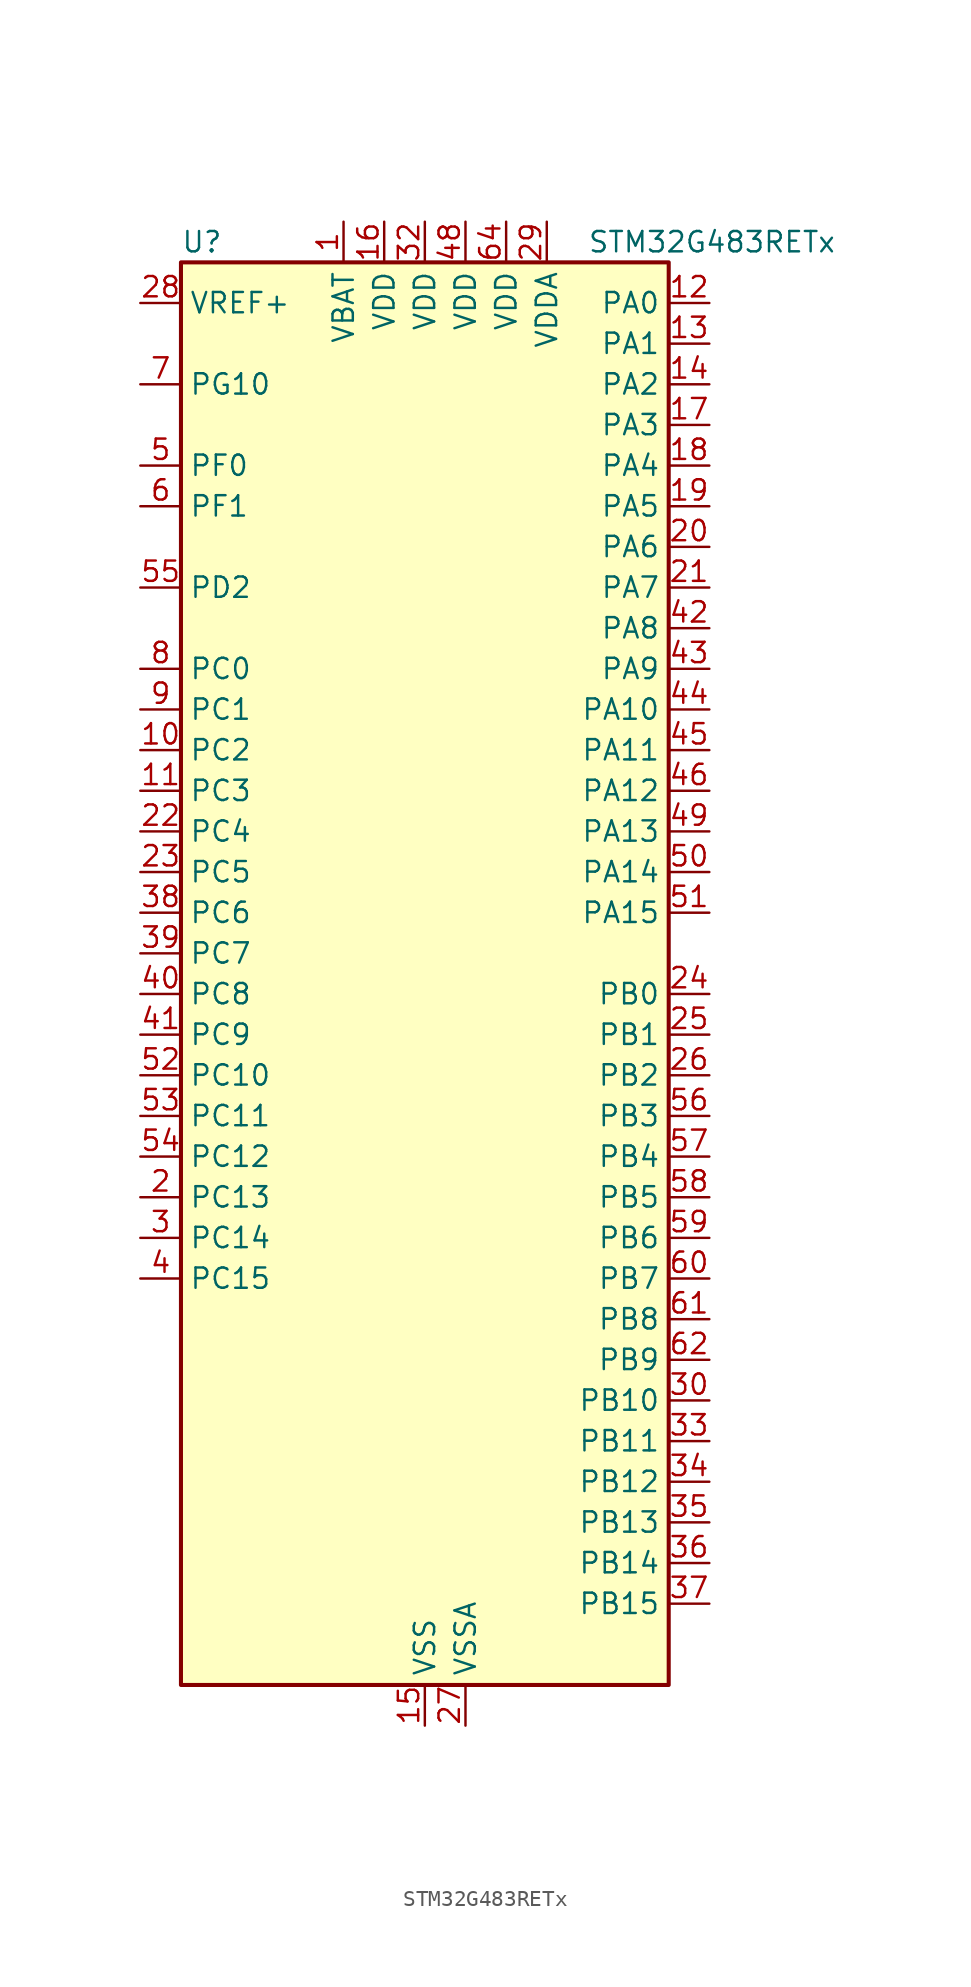
<source format=kicad_sym>
(kicad_symbol_lib
  (version 20220914)
  (generator kicad_symbol_editor)
  (symbol "STM32G483RETx"
    (property "Reference" "U"
      (at -15.24 46.99 0)
      (effects (font (size 1.27 1.27)) (justify left)))
    (property "Value" "STM32G483RETx"
      (at 10.16 46.99 0)
      (effects (font (size 1.27 1.27)) (justify left)))
    (property "ki_locked" ""
      (at 0 0 0)
      (effects (font (size 1.27 1.27))))
    (symbol "STM32G483RETx_0_1"
      (rectangle (start -15.24 -43.18) (end 15.24 45.72) (stroke (width 0.254) (type default)) (fill (type background))))
    (symbol "STM32G483RETx_1_1"
      (pin power_in line (at -5.08 48.26 270) (length 2.54) (name "VBAT" (effects (font (size 1.27 1.27)))) (number "1" (effects (font (size 1.27 1.27)))))
      (pin bidirectional line (at -17.78 15.24 0) (length 2.54) (name "PC2" (effects (font (size 1.27 1.27)))) (number "10" (effects (font (size 1.27 1.27)))) (alternate "ADC1_IN8" bidirectional line) (alternate "ADC2_IN8" bidirectional line) (alternate "ADC3_EXTI2" bidirectional line) (alternate "ADC4_EXTI2" bidirectional line) (alternate "ADC5_EXTI2" bidirectional line) (alternate "COMP3_OUT" bidirectional line) (alternate "LPTIM1_IN2" bidirectional line) (alternate "QUADSPI1_BK2_IO1" bidirectional line) (alternate "TIM1_CH3" bidirectional line) (alternate "TIM20_CH2" bidirectional line))
      (pin bidirectional line (at -17.78 12.7 0) (length 2.54) (name "PC3" (effects (font (size 1.27 1.27)))) (number "11" (effects (font (size 1.27 1.27)))) (alternate "ADC1_IN9" bidirectional line) (alternate "ADC2_IN9" bidirectional line) (alternate "ADC3_EXTI3" bidirectional line) (alternate "ADC4_EXTI3" bidirectional line) (alternate "ADC5_EXTI3" bidirectional line) (alternate "LPTIM1_ETR" bidirectional line) (alternate "OPAMP5_VINP" bidirectional line) (alternate "OPAMP5_VINP_SEC" bidirectional line) (alternate "QUADSPI1_BK2_IO2" bidirectional line) (alternate "SAI1_D1" bidirectional line) (alternate "SAI1_SD_A" bidirectional line) (alternate "TIM1_BKIN2" bidirectional line) (alternate "TIM1_CH4" bidirectional line))
      (pin bidirectional line (at 17.78 43.18 180) (length 2.54) (name "PA0" (effects (font (size 1.27 1.27)))) (number "12" (effects (font (size 1.27 1.27)))) (alternate "ADC1_IN1" bidirectional line) (alternate "ADC2_IN1" bidirectional line) (alternate "COMP1_INM" bidirectional line) (alternate "COMP1_OUT" bidirectional line) (alternate "COMP3_INP" bidirectional line) (alternate "RTC_TAMP2" bidirectional line) (alternate "SYS_WKUP1" bidirectional line) (alternate "TIM2_CH1" bidirectional line) (alternate "TIM2_ETR" bidirectional line) (alternate "TIM5_CH1" bidirectional line) (alternate "TIM8_BKIN" bidirectional line) (alternate "TIM8_ETR" bidirectional line) (alternate "USART2_CTS" bidirectional line) (alternate "USART2_NSS" bidirectional line))
      (pin bidirectional line (at 17.78 40.64 180) (length 2.54) (name "PA1" (effects (font (size 1.27 1.27)))) (number "13" (effects (font (size 1.27 1.27)))) (alternate "ADC1_IN2" bidirectional line) (alternate "ADC2_IN2" bidirectional line) (alternate "COMP1_INP" bidirectional line) (alternate "OPAMP1_VINP" bidirectional line) (alternate "OPAMP1_VINP_SEC" bidirectional line) (alternate "OPAMP3_VINP" bidirectional line) (alternate "OPAMP3_VINP_SEC" bidirectional line) (alternate "OPAMP6_VINM" bidirectional line) (alternate "OPAMP6_VINM0" bidirectional line) (alternate "OPAMP6_VINM_SEC" bidirectional line) (alternate "RTC_REFIN" bidirectional line) (alternate "TIM15_CH1N" bidirectional line) (alternate "TIM2_CH2" bidirectional line) (alternate "TIM5_CH2" bidirectional line) (alternate "USART2_DE" bidirectional line) (alternate "USART2_RTS" bidirectional line))
      (pin bidirectional line (at 17.78 38.1 180) (length 2.54) (name "PA2" (effects (font (size 1.27 1.27)))) (number "14" (effects (font (size 1.27 1.27)))) (alternate "ADC1_IN3" bidirectional line) (alternate "ADC3_EXTI2" bidirectional line) (alternate "ADC4_EXTI2" bidirectional line) (alternate "ADC5_EXTI2" bidirectional line) (alternate "COMP2_INM" bidirectional line) (alternate "COMP2_OUT" bidirectional line) (alternate "LPUART1_TX" bidirectional line) (alternate "OPAMP1_VOUT" bidirectional line) (alternate "QUADSPI1_BK1_NCS" bidirectional line) (alternate "RCC_LSCO" bidirectional line) (alternate "SYS_WKUP4" bidirectional line) (alternate "TIM15_CH1" bidirectional line) (alternate "TIM2_CH3" bidirectional line) (alternate "TIM5_CH3" bidirectional line) (alternate "UCPD1_FRSTX1" bidirectional line) (alternate "UCPD1_FRSTX2" bidirectional line) (alternate "USART2_TX" bidirectional line))
      (pin power_in line (at 0 -45.72 90) (length 2.54) (name "VSS" (effects (font (size 1.27 1.27)))) (number "15" (effects (font (size 1.27 1.27)))))
      (pin power_in line (at -2.54 48.26 270) (length 2.54) (name "VDD" (effects (font (size 1.27 1.27)))) (number "16" (effects (font (size 1.27 1.27)))))
      (pin bidirectional line (at 17.78 35.56 180) (length 2.54) (name "PA3" (effects (font (size 1.27 1.27)))) (number "17" (effects (font (size 1.27 1.27)))) (alternate "ADC1_IN4" bidirectional line) (alternate "ADC3_EXTI3" bidirectional line) (alternate "ADC4_EXTI3" bidirectional line) (alternate "ADC5_EXTI3" bidirectional line) (alternate "COMP2_INP" bidirectional line) (alternate "LPUART1_RX" bidirectional line) (alternate "OPAMP1_VINM" bidirectional line) (alternate "OPAMP1_VINM0" bidirectional line) (alternate "OPAMP1_VINM_SEC" bidirectional line) (alternate "OPAMP1_VINP" bidirectional line) (alternate "OPAMP1_VINP_SEC" bidirectional line) (alternate "OPAMP5_VINM" bidirectional line) (alternate "OPAMP5_VINM1" bidirectional line) (alternate "OPAMP5_VINM_SEC" bidirectional line) (alternate "QUADSPI1_CLK" bidirectional line) (alternate "SAI1_CK1" bidirectional line) (alternate "SAI1_MCLK_A" bidirectional line) (alternate "TIM15_CH2" bidirectional line) (alternate "TIM2_CH4" bidirectional line) (alternate "TIM5_CH4" bidirectional line) (alternate "USART2_RX" bidirectional line))
      (pin bidirectional line (at 17.78 33.02 180) (length 2.54) (name "PA4" (effects (font (size 1.27 1.27)))) (number "18" (effects (font (size 1.27 1.27)))) (alternate "ADC2_IN17" bidirectional line) (alternate "COMP1_INM" bidirectional line) (alternate "DAC1_OUT1" bidirectional line) (alternate "I2S3_WS" bidirectional line) (alternate "SAI1_FS_B" bidirectional line) (alternate "SPI1_NSS" bidirectional line) (alternate "SPI3_NSS" bidirectional line) (alternate "TIM3_CH2" bidirectional line) (alternate "USART2_CK" bidirectional line))
      (pin bidirectional line (at 17.78 30.48 180) (length 2.54) (name "PA5" (effects (font (size 1.27 1.27)))) (number "19" (effects (font (size 1.27 1.27)))) (alternate "ADC2_IN13" bidirectional line) (alternate "COMP2_INM" bidirectional line) (alternate "DAC1_OUT2" bidirectional line) (alternate "OPAMP2_VINM" bidirectional line) (alternate "OPAMP2_VINM0" bidirectional line) (alternate "OPAMP2_VINM_SEC" bidirectional line) (alternate "SPI1_SCK" bidirectional line) (alternate "TIM2_CH1" bidirectional line) (alternate "TIM2_ETR" bidirectional line) (alternate "UCPD1_FRSTX1" bidirectional line) (alternate "UCPD1_FRSTX2" bidirectional line))
      (pin bidirectional line (at -17.78 -12.7 0) (length 2.54) (name "PC13" (effects (font (size 1.27 1.27)))) (number "2" (effects (font (size 1.27 1.27)))) (alternate "RTC_OUT1" bidirectional line) (alternate "RTC_TAMP1" bidirectional line) (alternate "RTC_TS" bidirectional line) (alternate "SYS_WKUP2" bidirectional line) (alternate "TIM1_BKIN" bidirectional line) (alternate "TIM1_CH1N" bidirectional line) (alternate "TIM8_CH4N" bidirectional line))
      (pin bidirectional line (at 17.78 27.94 180) (length 2.54) (name "PA6" (effects (font (size 1.27 1.27)))) (number "20" (effects (font (size 1.27 1.27)))) (alternate "ADC2_IN3" bidirectional line) (alternate "COMP1_OUT" bidirectional line) (alternate "DAC2_OUT1" bidirectional line) (alternate "LPUART1_CTS" bidirectional line) (alternate "OPAMP2_VOUT" bidirectional line) (alternate "QUADSPI1_BK1_IO3" bidirectional line) (alternate "SPI1_MISO" bidirectional line) (alternate "TIM16_CH1" bidirectional line) (alternate "TIM1_BKIN" bidirectional line) (alternate "TIM3_CH1" bidirectional line) (alternate "TIM8_BKIN" bidirectional line))
      (pin bidirectional line (at 17.78 25.4 180) (length 2.54) (name "PA7" (effects (font (size 1.27 1.27)))) (number "21" (effects (font (size 1.27 1.27)))) (alternate "ADC2_IN4" bidirectional line) (alternate "COMP2_INP" bidirectional line) (alternate "COMP2_OUT" bidirectional line) (alternate "OPAMP1_VINP" bidirectional line) (alternate "OPAMP1_VINP_SEC" bidirectional line) (alternate "OPAMP2_VINP" bidirectional line) (alternate "OPAMP2_VINP_SEC" bidirectional line) (alternate "QUADSPI1_BK1_IO2" bidirectional line) (alternate "SPI1_MOSI" bidirectional line) (alternate "TIM17_CH1" bidirectional line) (alternate "TIM1_CH1N" bidirectional line) (alternate "TIM3_CH2" bidirectional line) (alternate "TIM8_CH1N" bidirectional line) (alternate "UCPD1_FRSTX1" bidirectional line) (alternate "UCPD1_FRSTX2" bidirectional line))
      (pin bidirectional line (at -17.78 10.16 0) (length 2.54) (name "PC4" (effects (font (size 1.27 1.27)))) (number "22" (effects (font (size 1.27 1.27)))) (alternate "ADC2_IN5" bidirectional line) (alternate "I2C2_SCL" bidirectional line) (alternate "QUADSPI1_BK2_IO3" bidirectional line) (alternate "TIM1_ETR" bidirectional line) (alternate "USART1_TX" bidirectional line))
      (pin bidirectional line (at -17.78 7.62 0) (length 2.54) (name "PC5" (effects (font (size 1.27 1.27)))) (number "23" (effects (font (size 1.27 1.27)))) (alternate "ADC2_IN11" bidirectional line) (alternate "OPAMP1_VINM" bidirectional line) (alternate "OPAMP1_VINM1" bidirectional line) (alternate "OPAMP1_VINM_SEC" bidirectional line) (alternate "OPAMP2_VINM" bidirectional line) (alternate "OPAMP2_VINM1" bidirectional line) (alternate "OPAMP2_VINM_SEC" bidirectional line) (alternate "SAI1_D3" bidirectional line) (alternate "SYS_WKUP5" bidirectional line) (alternate "TIM15_BKIN" bidirectional line) (alternate "TIM1_CH4N" bidirectional line) (alternate "USART1_RX" bidirectional line))
      (pin bidirectional line (at 17.78 0 180) (length 2.54) (name "PB0" (effects (font (size 1.27 1.27)))) (number "24" (effects (font (size 1.27 1.27)))) (alternate "ADC1_IN15" bidirectional line) (alternate "ADC3_IN12" bidirectional line) (alternate "COMP4_INP" bidirectional line) (alternate "OPAMP2_VINP" bidirectional line) (alternate "OPAMP2_VINP_SEC" bidirectional line) (alternate "OPAMP3_VINP" bidirectional line) (alternate "OPAMP3_VINP_SEC" bidirectional line) (alternate "QUADSPI1_BK1_IO1" bidirectional line) (alternate "TIM1_CH2N" bidirectional line) (alternate "TIM3_CH3" bidirectional line) (alternate "TIM8_CH2N" bidirectional line) (alternate "UCPD1_FRSTX1" bidirectional line) (alternate "UCPD1_FRSTX2" bidirectional line))
      (pin bidirectional line (at 17.78 -2.54 180) (length 2.54) (name "PB1" (effects (font (size 1.27 1.27)))) (number "25" (effects (font (size 1.27 1.27)))) (alternate "ADC1_IN12" bidirectional line) (alternate "ADC3_IN1" bidirectional line) (alternate "COMP1_INP" bidirectional line) (alternate "COMP4_OUT" bidirectional line) (alternate "LPUART1_DE" bidirectional line) (alternate "LPUART1_RTS" bidirectional line) (alternate "OPAMP3_VOUT" bidirectional line) (alternate "OPAMP6_VINM" bidirectional line) (alternate "OPAMP6_VINM1" bidirectional line) (alternate "OPAMP6_VINM_SEC" bidirectional line) (alternate "QUADSPI1_BK1_IO0" bidirectional line) (alternate "TIM1_CH3N" bidirectional line) (alternate "TIM3_CH4" bidirectional line) (alternate "TIM8_CH3N" bidirectional line))
      (pin bidirectional line (at 17.78 -5.08 180) (length 2.54) (name "PB2" (effects (font (size 1.27 1.27)))) (number "26" (effects (font (size 1.27 1.27)))) (alternate "ADC2_IN12" bidirectional line) (alternate "ADC3_EXTI2" bidirectional line) (alternate "ADC4_EXTI2" bidirectional line) (alternate "ADC5_EXTI2" bidirectional line) (alternate "COMP4_INM" bidirectional line) (alternate "I2C3_SMBA" bidirectional line) (alternate "LPTIM1_OUT" bidirectional line) (alternate "OPAMP3_VINM" bidirectional line) (alternate "OPAMP3_VINM0" bidirectional line) (alternate "OPAMP3_VINM_SEC" bidirectional line) (alternate "QUADSPI1_BK2_IO1" bidirectional line) (alternate "RTC_OUT2" bidirectional line) (alternate "TIM20_CH1" bidirectional line) (alternate "TIM5_CH1" bidirectional line))
      (pin power_in line (at 2.54 -45.72 90) (length 2.54) (name "VSSA" (effects (font (size 1.27 1.27)))) (number "27" (effects (font (size 1.27 1.27)))))
      (pin input line (at -17.78 43.18 0) (length 2.54) (name "VREF+" (effects (font (size 1.27 1.27)))) (number "28" (effects (font (size 1.27 1.27)))) (alternate "VREFBUF_OUT" bidirectional line))
      (pin power_in line (at 7.62 48.26 270) (length 2.54) (name "VDDA" (effects (font (size 1.27 1.27)))) (number "29" (effects (font (size 1.27 1.27)))))
      (pin bidirectional line (at -17.78 -15.24 0) (length 2.54) (name "PC14" (effects (font (size 1.27 1.27)))) (number "3" (effects (font (size 1.27 1.27)))) (alternate "RCC_OSC32_IN" bidirectional line))
      (pin bidirectional line (at 17.78 -25.4 180) (length 2.54) (name "PB10" (effects (font (size 1.27 1.27)))) (number "30" (effects (font (size 1.27 1.27)))) (alternate "COMP5_INM" bidirectional line) (alternate "DAC1_EXTI10" bidirectional line) (alternate "DAC2_EXTI10" bidirectional line) (alternate "DAC3_EXTI10" bidirectional line) (alternate "DAC4_EXTI10" bidirectional line) (alternate "LPUART1_RX" bidirectional line) (alternate "OPAMP3_VINM" bidirectional line) (alternate "OPAMP3_VINM1" bidirectional line) (alternate "OPAMP3_VINM_SEC" bidirectional line) (alternate "OPAMP4_VINM" bidirectional line) (alternate "OPAMP4_VINM0" bidirectional line) (alternate "OPAMP4_VINM_SEC" bidirectional line) (alternate "QUADSPI1_CLK" bidirectional line) (alternate "SAI1_SCK_A" bidirectional line) (alternate "TIM1_BKIN" bidirectional line) (alternate "TIM2_CH3" bidirectional line) (alternate "USART3_TX" bidirectional line))
      (pin passive line (at 0 -45.72 90) (length 2.54) hide (name "VSS" (effects (font (size 1.27 1.27)))) (number "31" (effects (font (size 1.27 1.27)))))
      (pin power_in line (at 0 48.26 270) (length 2.54) (name "VDD" (effects (font (size 1.27 1.27)))) (number "32" (effects (font (size 1.27 1.27)))))
      (pin bidirectional line (at 17.78 -27.94 180) (length 2.54) (name "PB11" (effects (font (size 1.27 1.27)))) (number "33" (effects (font (size 1.27 1.27)))) (alternate "ADC1_EXTI11" bidirectional line) (alternate "ADC1_IN14" bidirectional line) (alternate "ADC2_EXTI11" bidirectional line) (alternate "ADC2_IN14" bidirectional line) (alternate "COMP6_INP" bidirectional line) (alternate "LPUART1_TX" bidirectional line) (alternate "OPAMP4_VINP" bidirectional line) (alternate "OPAMP4_VINP_SEC" bidirectional line) (alternate "OPAMP6_VOUT" bidirectional line) (alternate "QUADSPI1_BK1_NCS" bidirectional line) (alternate "TIM2_CH4" bidirectional line) (alternate "USART3_RX" bidirectional line))
      (pin bidirectional line (at 17.78 -30.48 180) (length 2.54) (name "PB12" (effects (font (size 1.27 1.27)))) (number "34" (effects (font (size 1.27 1.27)))) (alternate "ADC1_IN11" bidirectional line) (alternate "ADC4_IN3" bidirectional line) (alternate "COMP7_INM" bidirectional line) (alternate "FDCAN2_RX" bidirectional line) (alternate "I2C2_SMBA" bidirectional line) (alternate "I2S2_WS" bidirectional line) (alternate "LPUART1_DE" bidirectional line) (alternate "LPUART1_RTS" bidirectional line) (alternate "OPAMP4_VOUT" bidirectional line) (alternate "OPAMP6_VINP" bidirectional line) (alternate "OPAMP6_VINP_SEC" bidirectional line) (alternate "SPI2_NSS" bidirectional line) (alternate "TIM1_BKIN" bidirectional line) (alternate "TIM5_ETR" bidirectional line) (alternate "USART3_CK" bidirectional line))
      (pin bidirectional line (at 17.78 -33.02 180) (length 2.54) (name "PB13" (effects (font (size 1.27 1.27)))) (number "35" (effects (font (size 1.27 1.27)))) (alternate "ADC3_IN5" bidirectional line) (alternate "COMP5_INP" bidirectional line) (alternate "FDCAN2_TX" bidirectional line) (alternate "I2S2_CK" bidirectional line) (alternate "LPUART1_CTS" bidirectional line) (alternate "OPAMP3_VINP" bidirectional line) (alternate "OPAMP3_VINP_SEC" bidirectional line) (alternate "OPAMP4_VINP" bidirectional line) (alternate "OPAMP4_VINP_SEC" bidirectional line) (alternate "OPAMP6_VINP" bidirectional line) (alternate "OPAMP6_VINP_SEC" bidirectional line) (alternate "SPI2_SCK" bidirectional line) (alternate "TIM1_CH1N" bidirectional line) (alternate "USART3_CTS" bidirectional line) (alternate "USART3_NSS" bidirectional line))
      (pin bidirectional line (at 17.78 -35.56 180) (length 2.54) (name "PB14" (effects (font (size 1.27 1.27)))) (number "36" (effects (font (size 1.27 1.27)))) (alternate "ADC1_IN5" bidirectional line) (alternate "ADC4_IN4" bidirectional line) (alternate "COMP4_OUT" bidirectional line) (alternate "COMP7_INP" bidirectional line) (alternate "OPAMP2_VINP" bidirectional line) (alternate "OPAMP2_VINP_SEC" bidirectional line) (alternate "OPAMP5_VINP" bidirectional line) (alternate "OPAMP5_VINP_SEC" bidirectional line) (alternate "SPI2_MISO" bidirectional line) (alternate "TIM15_CH1" bidirectional line) (alternate "TIM1_CH2N" bidirectional line) (alternate "USART3_DE" bidirectional line) (alternate "USART3_RTS" bidirectional line))
      (pin bidirectional line (at 17.78 -38.1 180) (length 2.54) (name "PB15" (effects (font (size 1.27 1.27)))) (number "37" (effects (font (size 1.27 1.27)))) (alternate "ADC1_EXTI15" bidirectional line) (alternate "ADC2_EXTI15" bidirectional line) (alternate "ADC2_IN15" bidirectional line) (alternate "ADC4_IN5" bidirectional line) (alternate "COMP3_OUT" bidirectional line) (alternate "COMP6_INM" bidirectional line) (alternate "I2S2_SD" bidirectional line) (alternate "OPAMP5_VINM" bidirectional line) (alternate "OPAMP5_VINM0" bidirectional line) (alternate "OPAMP5_VINM_SEC" bidirectional line) (alternate "RTC_REFIN" bidirectional line) (alternate "SPI2_MOSI" bidirectional line) (alternate "TIM15_CH1N" bidirectional line) (alternate "TIM15_CH2" bidirectional line) (alternate "TIM1_CH3N" bidirectional line))
      (pin bidirectional line (at -17.78 5.08 0) (length 2.54) (name "PC6" (effects (font (size 1.27 1.27)))) (number "38" (effects (font (size 1.27 1.27)))) (alternate "COMP6_OUT" bidirectional line) (alternate "I2C4_SCL" bidirectional line) (alternate "I2S2_MCK" bidirectional line) (alternate "TIM3_CH1" bidirectional line) (alternate "TIM8_CH1" bidirectional line))
      (pin bidirectional line (at -17.78 2.54 0) (length 2.54) (name "PC7" (effects (font (size 1.27 1.27)))) (number "39" (effects (font (size 1.27 1.27)))) (alternate "COMP5_OUT" bidirectional line) (alternate "I2C4_SDA" bidirectional line) (alternate "I2S3_MCK" bidirectional line) (alternate "TIM3_CH2" bidirectional line) (alternate "TIM8_CH2" bidirectional line))
      (pin bidirectional line (at -17.78 -17.78 0) (length 2.54) (name "PC15" (effects (font (size 1.27 1.27)))) (number "4" (effects (font (size 1.27 1.27)))) (alternate "ADC1_EXTI15" bidirectional line) (alternate "ADC2_EXTI15" bidirectional line) (alternate "RCC_OSC32_OUT" bidirectional line))
      (pin bidirectional line (at -17.78 0 0) (length 2.54) (name "PC8" (effects (font (size 1.27 1.27)))) (number "40" (effects (font (size 1.27 1.27)))) (alternate "COMP7_OUT" bidirectional line) (alternate "I2C3_SCL" bidirectional line) (alternate "TIM20_CH3" bidirectional line) (alternate "TIM3_CH3" bidirectional line) (alternate "TIM8_CH3" bidirectional line))
      (pin bidirectional line (at -17.78 -2.54 0) (length 2.54) (name "PC9" (effects (font (size 1.27 1.27)))) (number "41" (effects (font (size 1.27 1.27)))) (alternate "DAC1_EXTI9" bidirectional line) (alternate "DAC2_EXTI9" bidirectional line) (alternate "DAC3_EXTI9" bidirectional line) (alternate "DAC4_EXTI9" bidirectional line) (alternate "I2C3_SDA" bidirectional line) (alternate "I2S_CKIN" bidirectional line) (alternate "TIM3_CH4" bidirectional line) (alternate "TIM8_BKIN2" bidirectional line) (alternate "TIM8_CH4" bidirectional line))
      (pin bidirectional line (at 17.78 22.86 180) (length 2.54) (name "PA8" (effects (font (size 1.27 1.27)))) (number "42" (effects (font (size 1.27 1.27)))) (alternate "ADC5_IN1" bidirectional line) (alternate "COMP7_OUT" bidirectional line) (alternate "FDCAN3_RX" bidirectional line) (alternate "I2C2_SDA" bidirectional line) (alternate "I2C3_SCL" bidirectional line) (alternate "I2S2_MCK" bidirectional line) (alternate "OPAMP5_VOUT" bidirectional line) (alternate "RCC_MCO" bidirectional line) (alternate "SAI1_CK2" bidirectional line) (alternate "SAI1_SCK_A" bidirectional line) (alternate "TIM1_CH1" bidirectional line) (alternate "TIM4_ETR" bidirectional line) (alternate "USART1_CK" bidirectional line))
      (pin bidirectional line (at 17.78 20.32 180) (length 2.54) (name "PA9" (effects (font (size 1.27 1.27)))) (number "43" (effects (font (size 1.27 1.27)))) (alternate "ADC5_IN2" bidirectional line) (alternate "COMP5_OUT" bidirectional line) (alternate "DAC1_EXTI9" bidirectional line) (alternate "DAC2_EXTI9" bidirectional line) (alternate "DAC3_EXTI9" bidirectional line) (alternate "DAC4_EXTI9" bidirectional line) (alternate "I2C2_SCL" bidirectional line) (alternate "I2C3_SMBA" bidirectional line) (alternate "I2S3_MCK" bidirectional line) (alternate "SAI1_FS_A" bidirectional line) (alternate "TIM15_BKIN" bidirectional line) (alternate "TIM1_CH2" bidirectional line) (alternate "TIM2_CH3" bidirectional line) (alternate "UCPD1_DBCC1" bidirectional line) (alternate "USART1_TX" bidirectional line))
      (pin bidirectional line (at 17.78 17.78 180) (length 2.54) (name "PA10" (effects (font (size 1.27 1.27)))) (number "44" (effects (font (size 1.27 1.27)))) (alternate "COMP6_OUT" bidirectional line) (alternate "CRS_SYNC" bidirectional line) (alternate "DAC1_EXTI10" bidirectional line) (alternate "DAC2_EXTI10" bidirectional line) (alternate "DAC3_EXTI10" bidirectional line) (alternate "DAC4_EXTI10" bidirectional line) (alternate "I2C2_SMBA" bidirectional line) (alternate "SAI1_D1" bidirectional line) (alternate "SAI1_SD_A" bidirectional line) (alternate "SPI2_MISO" bidirectional line) (alternate "TIM17_BKIN" bidirectional line) (alternate "TIM1_CH3" bidirectional line) (alternate "TIM2_CH4" bidirectional line) (alternate "TIM8_BKIN" bidirectional line) (alternate "UCPD1_DBCC2" bidirectional line) (alternate "USART1_RX" bidirectional line))
      (pin bidirectional line (at 17.78 15.24 180) (length 2.54) (name "PA11" (effects (font (size 1.27 1.27)))) (number "45" (effects (font (size 1.27 1.27)))) (alternate "ADC1_EXTI11" bidirectional line) (alternate "ADC2_EXTI11" bidirectional line) (alternate "COMP1_OUT" bidirectional line) (alternate "FDCAN1_RX" bidirectional line) (alternate "I2S2_SD" bidirectional line) (alternate "SPI2_MOSI" bidirectional line) (alternate "TIM1_BKIN2" bidirectional line) (alternate "TIM1_CH1N" bidirectional line) (alternate "TIM1_CH4" bidirectional line) (alternate "TIM4_CH1" bidirectional line) (alternate "USART1_CTS" bidirectional line) (alternate "USART1_NSS" bidirectional line) (alternate "USB_DM" bidirectional line))
      (pin bidirectional line (at 17.78 12.7 180) (length 2.54) (name "PA12" (effects (font (size 1.27 1.27)))) (number "46" (effects (font (size 1.27 1.27)))) (alternate "COMP2_OUT" bidirectional line) (alternate "FDCAN1_TX" bidirectional line) (alternate "I2S_CKIN" bidirectional line) (alternate "TIM16_CH1" bidirectional line) (alternate "TIM1_CH2N" bidirectional line) (alternate "TIM1_ETR" bidirectional line) (alternate "TIM4_CH2" bidirectional line) (alternate "USART1_DE" bidirectional line) (alternate "USART1_RTS" bidirectional line) (alternate "USB_DP" bidirectional line))
      (pin passive line (at 0 -45.72 90) (length 2.54) hide (name "VSS" (effects (font (size 1.27 1.27)))) (number "47" (effects (font (size 1.27 1.27)))))
      (pin power_in line (at 2.54 48.26 270) (length 2.54) (name "VDD" (effects (font (size 1.27 1.27)))) (number "48" (effects (font (size 1.27 1.27)))))
      (pin bidirectional line (at 17.78 10.16 180) (length 2.54) (name "PA13" (effects (font (size 1.27 1.27)))) (number "49" (effects (font (size 1.27 1.27)))) (alternate "I2C1_SCL" bidirectional line) (alternate "I2C4_SCL" bidirectional line) (alternate "IR_OUT" bidirectional line) (alternate "SAI1_SD_B" bidirectional line) (alternate "SYS_JTMS-SWDIO" bidirectional line) (alternate "TIM16_CH1N" bidirectional line) (alternate "TIM4_CH3" bidirectional line) (alternate "USART3_CTS" bidirectional line) (alternate "USART3_NSS" bidirectional line))
      (pin bidirectional line (at -17.78 33.02 0) (length 2.54) (name "PF0" (effects (font (size 1.27 1.27)))) (number "5" (effects (font (size 1.27 1.27)))) (alternate "ADC1_IN10" bidirectional line) (alternate "I2C2_SDA" bidirectional line) (alternate "I2S2_WS" bidirectional line) (alternate "RCC_OSC_IN" bidirectional line) (alternate "SPI2_NSS" bidirectional line) (alternate "TIM1_CH3N" bidirectional line))
      (pin bidirectional line (at 17.78 7.62 180) (length 2.54) (name "PA14" (effects (font (size 1.27 1.27)))) (number "50" (effects (font (size 1.27 1.27)))) (alternate "I2C1_SDA" bidirectional line) (alternate "I2C4_SMBA" bidirectional line) (alternate "LPTIM1_OUT" bidirectional line) (alternate "SAI1_FS_B" bidirectional line) (alternate "SYS_JTCK-SWCLK" bidirectional line) (alternate "TIM1_BKIN" bidirectional line) (alternate "TIM8_CH2" bidirectional line) (alternate "USART2_TX" bidirectional line))
      (pin bidirectional line (at 17.78 5.08 180) (length 2.54) (name "PA15" (effects (font (size 1.27 1.27)))) (number "51" (effects (font (size 1.27 1.27)))) (alternate "ADC1_EXTI15" bidirectional line) (alternate "ADC2_EXTI15" bidirectional line) (alternate "FDCAN3_TX" bidirectional line) (alternate "I2C1_SCL" bidirectional line) (alternate "I2S3_WS" bidirectional line) (alternate "SPI1_NSS" bidirectional line) (alternate "SPI3_NSS" bidirectional line) (alternate "SYS_JTDI" bidirectional line) (alternate "TIM1_BKIN" bidirectional line) (alternate "TIM2_CH1" bidirectional line) (alternate "TIM2_ETR" bidirectional line) (alternate "TIM8_CH1" bidirectional line) (alternate "UART4_DE" bidirectional line) (alternate "UART4_RTS" bidirectional line) (alternate "USART2_RX" bidirectional line))
      (pin bidirectional line (at -17.78 -5.08 0) (length 2.54) (name "PC10" (effects (font (size 1.27 1.27)))) (number "52" (effects (font (size 1.27 1.27)))) (alternate "DAC1_EXTI10" bidirectional line) (alternate "DAC2_EXTI10" bidirectional line) (alternate "DAC3_EXTI10" bidirectional line) (alternate "DAC4_EXTI10" bidirectional line) (alternate "I2S3_CK" bidirectional line) (alternate "SPI3_SCK" bidirectional line) (alternate "TIM8_CH1N" bidirectional line) (alternate "UART4_TX" bidirectional line) (alternate "USART3_TX" bidirectional line))
      (pin bidirectional line (at -17.78 -7.62 0) (length 2.54) (name "PC11" (effects (font (size 1.27 1.27)))) (number "53" (effects (font (size 1.27 1.27)))) (alternate "ADC1_EXTI11" bidirectional line) (alternate "ADC2_EXTI11" bidirectional line) (alternate "I2C3_SDA" bidirectional line) (alternate "SPI3_MISO" bidirectional line) (alternate "TIM8_CH2N" bidirectional line) (alternate "UART4_RX" bidirectional line) (alternate "USART3_RX" bidirectional line))
      (pin bidirectional line (at -17.78 -10.16 0) (length 2.54) (name "PC12" (effects (font (size 1.27 1.27)))) (number "54" (effects (font (size 1.27 1.27)))) (alternate "I2S3_SD" bidirectional line) (alternate "SPI3_MOSI" bidirectional line) (alternate "TIM5_CH2" bidirectional line) (alternate "TIM8_CH3N" bidirectional line) (alternate "UART5_TX" bidirectional line) (alternate "UCPD1_FRSTX1" bidirectional line) (alternate "UCPD1_FRSTX2" bidirectional line) (alternate "USART3_CK" bidirectional line))
      (pin bidirectional line (at -17.78 25.4 0) (length 2.54) (name "PD2" (effects (font (size 1.27 1.27)))) (number "55" (effects (font (size 1.27 1.27)))) (alternate "ADC3_EXTI2" bidirectional line) (alternate "ADC4_EXTI2" bidirectional line) (alternate "ADC5_EXTI2" bidirectional line) (alternate "TIM3_ETR" bidirectional line) (alternate "TIM8_BKIN" bidirectional line) (alternate "UART5_RX" bidirectional line))
      (pin bidirectional line (at 17.78 -7.62 180) (length 2.54) (name "PB3" (effects (font (size 1.27 1.27)))) (number "56" (effects (font (size 1.27 1.27)))) (alternate "ADC3_EXTI3" bidirectional line) (alternate "ADC4_EXTI3" bidirectional line) (alternate "ADC5_EXTI3" bidirectional line) (alternate "CRS_SYNC" bidirectional line) (alternate "FDCAN3_RX" bidirectional line) (alternate "I2S3_CK" bidirectional line) (alternate "SAI1_SCK_B" bidirectional line) (alternate "SPI1_SCK" bidirectional line) (alternate "SPI3_SCK" bidirectional line) (alternate "SYS_JTDO-SWO" bidirectional line) (alternate "TIM2_CH2" bidirectional line) (alternate "TIM3_ETR" bidirectional line) (alternate "TIM4_ETR" bidirectional line) (alternate "TIM8_CH1N" bidirectional line) (alternate "USART2_TX" bidirectional line))
      (pin bidirectional line (at 17.78 -10.16 180) (length 2.54) (name "PB4" (effects (font (size 1.27 1.27)))) (number "57" (effects (font (size 1.27 1.27)))) (alternate "FDCAN3_TX" bidirectional line) (alternate "SAI1_MCLK_B" bidirectional line) (alternate "SPI1_MISO" bidirectional line) (alternate "SPI3_MISO" bidirectional line) (alternate "SYS_JTRST" bidirectional line) (alternate "TIM16_CH1" bidirectional line) (alternate "TIM17_BKIN" bidirectional line) (alternate "TIM3_CH1" bidirectional line) (alternate "TIM8_CH2N" bidirectional line) (alternate "UART5_DE" bidirectional line) (alternate "UART5_RTS" bidirectional line) (alternate "UCPD1_CC2" bidirectional line) (alternate "USART2_RX" bidirectional line))
      (pin bidirectional line (at 17.78 -12.7 180) (length 2.54) (name "PB5" (effects (font (size 1.27 1.27)))) (number "58" (effects (font (size 1.27 1.27)))) (alternate "FDCAN2_RX" bidirectional line) (alternate "I2C1_SMBA" bidirectional line) (alternate "I2C3_SDA" bidirectional line) (alternate "I2S3_SD" bidirectional line) (alternate "LPTIM1_IN1" bidirectional line) (alternate "SAI1_SD_B" bidirectional line) (alternate "SPI1_MOSI" bidirectional line) (alternate "SPI3_MOSI" bidirectional line) (alternate "TIM16_BKIN" bidirectional line) (alternate "TIM17_CH1" bidirectional line) (alternate "TIM3_CH2" bidirectional line) (alternate "TIM8_CH3N" bidirectional line) (alternate "UART5_CTS" bidirectional line) (alternate "USART2_CK" bidirectional line))
      (pin bidirectional line (at 17.78 -15.24 180) (length 2.54) (name "PB6" (effects (font (size 1.27 1.27)))) (number "59" (effects (font (size 1.27 1.27)))) (alternate "COMP4_OUT" bidirectional line) (alternate "FDCAN2_TX" bidirectional line) (alternate "LPTIM1_ETR" bidirectional line) (alternate "SAI1_FS_B" bidirectional line) (alternate "TIM16_CH1N" bidirectional line) (alternate "TIM4_CH1" bidirectional line) (alternate "TIM8_BKIN2" bidirectional line) (alternate "TIM8_CH1" bidirectional line) (alternate "TIM8_ETR" bidirectional line) (alternate "UCPD1_CC1" bidirectional line) (alternate "USART1_TX" bidirectional line))
      (pin bidirectional line (at -17.78 30.48 0) (length 2.54) (name "PF1" (effects (font (size 1.27 1.27)))) (number "6" (effects (font (size 1.27 1.27)))) (alternate "ADC2_IN10" bidirectional line) (alternate "COMP3_INM" bidirectional line) (alternate "I2S2_CK" bidirectional line) (alternate "RCC_OSC_OUT" bidirectional line) (alternate "SPI2_SCK" bidirectional line))
      (pin bidirectional line (at 17.78 -17.78 180) (length 2.54) (name "PB7" (effects (font (size 1.27 1.27)))) (number "60" (effects (font (size 1.27 1.27)))) (alternate "COMP3_OUT" bidirectional line) (alternate "I2C1_SDA" bidirectional line) (alternate "I2C4_SDA" bidirectional line) (alternate "LPTIM1_IN2" bidirectional line) (alternate "SYS_PVD_IN" bidirectional line) (alternate "TIM17_CH1N" bidirectional line) (alternate "TIM3_CH4" bidirectional line) (alternate "TIM4_CH2" bidirectional line) (alternate "TIM8_BKIN" bidirectional line) (alternate "UART4_CTS" bidirectional line) (alternate "USART1_RX" bidirectional line))
      (pin bidirectional line (at 17.78 -20.32 180) (length 2.54) (name "PB8" (effects (font (size 1.27 1.27)))) (number "61" (effects (font (size 1.27 1.27)))) (alternate "COMP1_OUT" bidirectional line) (alternate "FDCAN1_RX" bidirectional line) (alternate "I2C1_SCL" bidirectional line) (alternate "SAI1_CK1" bidirectional line) (alternate "SAI1_MCLK_A" bidirectional line) (alternate "TIM16_CH1" bidirectional line) (alternate "TIM1_BKIN" bidirectional line) (alternate "TIM4_CH3" bidirectional line) (alternate "TIM8_CH2" bidirectional line) (alternate "USART3_RX" bidirectional line))
      (pin bidirectional line (at 17.78 -22.86 180) (length 2.54) (name "PB9" (effects (font (size 1.27 1.27)))) (number "62" (effects (font (size 1.27 1.27)))) (alternate "COMP2_OUT" bidirectional line) (alternate "DAC1_EXTI9" bidirectional line) (alternate "DAC2_EXTI9" bidirectional line) (alternate "DAC3_EXTI9" bidirectional line) (alternate "DAC4_EXTI9" bidirectional line) (alternate "FDCAN1_TX" bidirectional line) (alternate "I2C1_SDA" bidirectional line) (alternate "IR_OUT" bidirectional line) (alternate "SAI1_D2" bidirectional line) (alternate "SAI1_FS_A" bidirectional line) (alternate "TIM17_CH1" bidirectional line) (alternate "TIM1_CH3N" bidirectional line) (alternate "TIM4_CH4" bidirectional line) (alternate "TIM8_CH3" bidirectional line) (alternate "USART3_TX" bidirectional line))
      (pin passive line (at 0 -45.72 90) (length 2.54) hide (name "VSS" (effects (font (size 1.27 1.27)))) (number "63" (effects (font (size 1.27 1.27)))))
      (pin power_in line (at 5.08 48.26 270) (length 2.54) (name "VDD" (effects (font (size 1.27 1.27)))) (number "64" (effects (font (size 1.27 1.27)))))
      (pin bidirectional line (at -17.78 38.1 0) (length 2.54) (name "PG10" (effects (font (size 1.27 1.27)))) (number "7" (effects (font (size 1.27 1.27)))) (alternate "DAC1_EXTI10" bidirectional line) (alternate "DAC2_EXTI10" bidirectional line) (alternate "DAC3_EXTI10" bidirectional line) (alternate "DAC4_EXTI10" bidirectional line) (alternate "RCC_MCO" bidirectional line))
      (pin bidirectional line (at -17.78 20.32 0) (length 2.54) (name "PC0" (effects (font (size 1.27 1.27)))) (number "8" (effects (font (size 1.27 1.27)))) (alternate "ADC1_IN6" bidirectional line) (alternate "ADC2_IN6" bidirectional line) (alternate "COMP3_INM" bidirectional line) (alternate "LPTIM1_IN1" bidirectional line) (alternate "LPUART1_RX" bidirectional line) (alternate "TIM1_CH1" bidirectional line))
      (pin bidirectional line (at -17.78 17.78 0) (length 2.54) (name "PC1" (effects (font (size 1.27 1.27)))) (number "9" (effects (font (size 1.27 1.27)))) (alternate "ADC1_IN7" bidirectional line) (alternate "ADC2_IN7" bidirectional line) (alternate "COMP3_INP" bidirectional line) (alternate "LPTIM1_OUT" bidirectional line) (alternate "LPUART1_TX" bidirectional line) (alternate "QUADSPI1_BK2_IO0" bidirectional line) (alternate "SAI1_SD_A" bidirectional line) (alternate "TIM1_CH2" bidirectional line)))))
</source>
